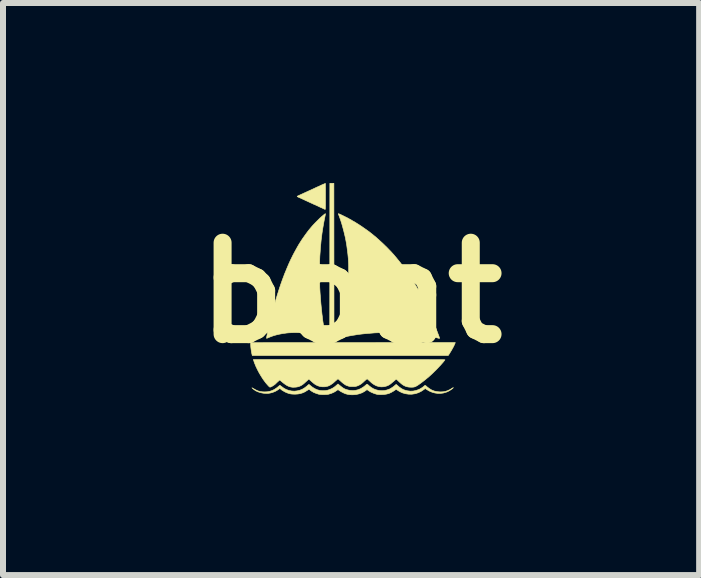
<source format=kicad_pcb>
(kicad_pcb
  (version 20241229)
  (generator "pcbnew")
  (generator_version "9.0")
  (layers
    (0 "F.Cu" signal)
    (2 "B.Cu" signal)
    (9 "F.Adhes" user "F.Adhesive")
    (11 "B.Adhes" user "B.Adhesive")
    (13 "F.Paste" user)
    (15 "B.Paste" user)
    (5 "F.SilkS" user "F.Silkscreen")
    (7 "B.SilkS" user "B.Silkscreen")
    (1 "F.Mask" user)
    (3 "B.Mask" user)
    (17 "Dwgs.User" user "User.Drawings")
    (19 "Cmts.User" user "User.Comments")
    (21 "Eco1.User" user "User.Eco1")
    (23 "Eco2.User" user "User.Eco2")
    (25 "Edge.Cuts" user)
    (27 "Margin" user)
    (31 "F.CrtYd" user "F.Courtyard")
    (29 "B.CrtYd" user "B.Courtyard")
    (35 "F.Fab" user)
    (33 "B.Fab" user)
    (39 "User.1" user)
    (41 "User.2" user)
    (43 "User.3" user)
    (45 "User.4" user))
  (footprint "boat"
    (layer "F.Cu")
    (at 2.801 1.83)
    (property "Reference" "boat" (at 0 0 0) (layer "F.SilkS") (effects (font (size 1.524 1.524) (thickness 0.3))))
    (attr through_hole)
    (fp_poly (pts (xy -0.285 -0.531) (xy -0.284 0.762) (xy -0.355 0.762) (xy -0.354 -0.531) (xy -0.353 -1.825) (xy -0.286 -1.825) (xy -0.285 -0.531)) (stroke (width 0.01) (type solid)) (fill yes) (layer "F.SilkS"))
    (fp_poly (pts (xy 1.735 0.838) (xy 1.73 0.85) (xy 1.722 0.868) (xy 1.712 0.89) (xy 1.699 0.914) (xy 1.685 0.939) (xy 1.671 0.964) (xy 1.656 0.988) (xy 1.643 1.01) (xy 1.642 1.012) (xy 1.619 1.046) (xy -1.646 1.046) (xy -1.65 1.03) (xy -1.655 1.009) (xy -1.66 0.984) (xy -1.664 0.957) (xy -1.668 0.929) (xy -1.671 0.902) (xy -1.672 0.878) (xy -1.673 0.858) (xy -1.673 0.846) (xy -1.672 0.831) (xy 1.737 0.829) (xy 1.735 0.838)) (stroke (width 0.01) (type solid)) (fill yes) (layer "F.SilkS"))
    (fp_poly (pts (xy -0.427 -1.819) (xy -0.427 -1.809) (xy -0.427 -1.792) (xy -0.427 -1.77) (xy -0.426 -1.743) (xy -0.426 -1.712) (xy -0.426 -1.677) (xy -0.426 -1.64) (xy -0.426 -1.606) (xy -0.426 -1.559) (xy -0.426 -1.518) (xy -0.426 -1.484) (xy -0.426 -1.456) (xy -0.427 -1.434) (xy -0.427 -1.417) (xy -0.428 -1.404) (xy -0.429 -1.396) (xy -0.429 -1.391) (xy -0.43 -1.39) (xy -0.43 -1.39) (xy -0.436 -1.391) (xy -0.446 -1.395) (xy -0.452 -1.398) (xy -0.464 -1.404) (xy -0.479 -1.411) (xy -0.495 -1.419) (xy -0.497 -1.419) (xy -0.513 -1.426) (xy -0.532 -1.435) (xy -0.552 -1.445) (xy -0.563 -1.45) (xy -0.579 -1.457) (xy -0.591 -1.463) (xy -0.6 -1.467) (xy -0.603 -1.468) (xy -0.607 -1.469) (xy -0.616 -1.473) (xy -0.628 -1.479) (xy -0.636 -1.483) (xy -0.651 -1.49) (xy -0.672 -1.499) (xy -0.693 -1.509) (xy -0.713 -1.518) (xy -0.734 -1.528) (xy -0.755 -1.537) (xy -0.773 -1.546) (xy -0.788 -1.553) (xy -0.788 -1.553) (xy -0.856 -1.584) (xy -0.879 -1.594) (xy -0.889 -1.6) (xy -0.896 -1.604) (xy -0.898 -1.606) (xy -0.896 -1.609) (xy -0.889 -1.613) (xy -0.88 -1.617) (xy -0.857 -1.628) (xy -0.831 -1.64) (xy -0.804 -1.652) (xy -0.781 -1.663) (xy -0.767 -1.669) (xy -0.75 -1.677) (xy -0.73 -1.686) (xy -0.713 -1.694) (xy -0.686 -1.706) (xy -0.664 -1.716) (xy -0.647 -1.724) (xy -0.632 -1.731) (xy -0.619 -1.737) (xy -0.606 -1.743) (xy -0.594 -1.749) (xy -0.581 -1.755) (xy -0.57 -1.76) (xy -0.563 -1.763) (xy -0.562 -1.763) (xy -0.559 -1.765) (xy -0.55 -1.769) (xy -0.536 -1.775) (xy -0.52 -1.782) (xy -0.517 -1.784) (xy -0.494 -1.795) (xy -0.473 -1.804) (xy -0.454 -1.812) (xy -0.44 -1.818) (xy -0.431 -1.822) (xy -0.428 -1.823) (xy -0.427 -1.819)) (stroke (width 0.01) (type solid)) (fill yes) (layer "F.SilkS"))
    (fp_poly (pts (xy -0.427 -1.318) (xy -0.426 -1.315) (xy -0.427 -1.31) (xy -0.429 -1.3) (xy -0.432 -1.284) (xy -0.435 -1.268) (xy -0.443 -1.229) (xy -0.452 -1.183) (xy -0.461 -1.134) (xy -0.467 -1.098) (xy -0.471 -1.075) (xy -0.474 -1.055) (xy -0.477 -1.036) (xy -0.48 -1.017) (xy -0.483 -0.997) (xy -0.486 -0.975) (xy -0.489 -0.948) (xy -0.493 -0.917) (xy -0.497 -0.887) (xy -0.5 -0.859) (xy -0.503 -0.825) (xy -0.507 -0.785) (xy -0.511 -0.739) (xy -0.514 -0.69) (xy -0.518 -0.638) (xy -0.52 -0.611) (xy -0.521 -0.589) (xy -0.522 -0.56) (xy -0.523 -0.526) (xy -0.523 -0.487) (xy -0.524 -0.445) (xy -0.524 -0.401) (xy -0.524 -0.355) (xy -0.524 -0.309) (xy -0.524 -0.263) (xy -0.524 -0.219) (xy -0.523 -0.177) (xy -0.522 -0.14) (xy -0.522 -0.106) (xy -0.521 -0.079) (xy -0.52 -0.064) (xy -0.516 0.004) (xy -0.511 0.065) (xy -0.507 0.121) (xy -0.503 0.173) (xy -0.498 0.223) (xy -0.493 0.272) (xy -0.488 0.321) (xy -0.484 0.359) (xy -0.481 0.38) (xy -0.478 0.402) (xy -0.476 0.422) (xy -0.474 0.437) (xy -0.474 0.437) (xy -0.472 0.458) (xy -0.468 0.485) (xy -0.463 0.516) (xy -0.458 0.551) (xy -0.453 0.586) (xy -0.448 0.621) (xy -0.442 0.654) (xy -0.437 0.684) (xy -0.435 0.697) (xy -0.431 0.721) (xy -0.428 0.739) (xy -0.427 0.751) (xy -0.427 0.758) (xy -0.429 0.762) (xy -0.432 0.761) (xy -0.437 0.758) (xy -0.439 0.757) (xy -0.451 0.751) (xy -0.468 0.743) (xy -0.491 0.734) (xy -0.516 0.725) (xy -0.543 0.716) (xy -0.571 0.708) (xy -0.597 0.7) (xy -0.622 0.694) (xy -0.635 0.691) (xy -0.679 0.683) (xy -0.718 0.677) (xy -0.754 0.672) (xy -0.788 0.668) (xy -0.824 0.666) (xy -0.862 0.665) (xy -0.905 0.664) (xy -0.923 0.664) (xy -0.958 0.664) (xy -0.988 0.665) (xy -1.013 0.666) (xy -1.036 0.667) (xy -1.057 0.669) (xy -1.078 0.671) (xy -1.083 0.672) (xy -1.141 0.68) (xy -1.193 0.69) (xy -1.241 0.701) (xy -1.285 0.713) (xy -1.328 0.728) (xy -1.371 0.745) (xy -1.374 0.746) (xy -1.389 0.753) (xy -1.399 0.757) (xy -1.405 0.759) (xy -1.408 0.758) (xy -1.408 0.755) (xy -1.408 0.753) (xy -1.407 0.745) (xy -1.405 0.731) (xy -1.401 0.711) (xy -1.396 0.686) (xy -1.389 0.657) (xy -1.382 0.624) (xy -1.374 0.589) (xy -1.366 0.552) (xy -1.357 0.514) (xy -1.348 0.475) (xy -1.338 0.437) (xy -1.329 0.399) (xy -1.321 0.364) (xy -1.312 0.331) (xy -1.305 0.302) (xy -1.301 0.289) (xy -1.295 0.266) (xy -1.288 0.239) (xy -1.28 0.211) (xy -1.272 0.181) (xy -1.264 0.153) (xy -1.256 0.126) (xy -1.249 0.103) (xy -1.244 0.084) (xy -1.24 0.073) (xy -1.228 0.033) (xy -1.217 -0.001) (xy -1.208 -0.031) (xy -1.199 -0.058) (xy -1.191 -0.084) (xy -1.182 -0.109) (xy -1.173 -0.137) (xy -1.162 -0.167) (xy -1.15 -0.201) (xy -1.148 -0.207) (xy -1.142 -0.223) (xy -1.138 -0.234) (xy -1.134 -0.244) (xy -1.13 -0.256) (xy -1.128 -0.26) (xy -1.124 -0.27) (xy -1.119 -0.283) (xy -1.118 -0.288) (xy -1.113 -0.301) (xy -1.109 -0.313) (xy -1.107 -0.316) (xy -1.104 -0.323) (xy -1.099 -0.336) (xy -1.092 -0.352) (xy -1.084 -0.371) (xy -1.081 -0.379) (xy -1.072 -0.401) (xy -1.062 -0.425) (xy -1.052 -0.448) (xy -1.044 -0.467) (xy -1.043 -0.468) (xy -1.036 -0.486) (xy -1.028 -0.502) (xy -1.022 -0.516) (xy -1.019 -0.523) (xy -1.005 -0.553) (xy -0.988 -0.587) (xy -0.969 -0.626) (xy -0.948 -0.666) (xy -0.926 -0.706) (xy -0.904 -0.746) (xy -0.883 -0.783) (xy -0.866 -0.812) (xy -0.838 -0.856) (xy -0.808 -0.902) (xy -0.774 -0.95) (xy -0.74 -0.997) (xy -0.706 -1.042) (xy -0.672 -1.083) (xy -0.643 -1.117) (xy -0.63 -1.131) (xy -0.613 -1.149) (xy -0.594 -1.169) (xy -0.573 -1.19) (xy -0.552 -1.211) (xy -0.533 -1.23) (xy -0.517 -1.246) (xy -0.506 -1.255) (xy -0.49 -1.27) (xy -0.473 -1.284) (xy -0.458 -1.297) (xy -0.445 -1.307) (xy -0.435 -1.315) (xy -0.429 -1.318) (xy -0.428 -1.319) (xy -0.427 -1.318)) (stroke (width 0.01) (type solid)) (fill yes) (layer "F.SilkS"))
    (fp_poly (pts (xy 0.077 1.113) (xy 0.184 1.113) (xy 0.289 1.113) (xy 0.391 1.113) (xy 0.491 1.113) (xy 0.588 1.113) (xy 0.682 1.113) (xy 0.772 1.114) (xy 0.859 1.114) (xy 0.942 1.114) (xy 1.021 1.114) (xy 1.095 1.114) (xy 1.165 1.114) (xy 1.231 1.114) (xy 1.291 1.114) (xy 1.346 1.115) (xy 1.395 1.115) (xy 1.438 1.115) (xy 1.476 1.115) (xy 1.507 1.115) (xy 1.532 1.115) (xy 1.55 1.116) (xy 1.561 1.116) (xy 1.565 1.116) (xy 1.565 1.116) (xy 1.563 1.121) (xy 1.555 1.131) (xy 1.544 1.146) (xy 1.53 1.163) (xy 1.512 1.183) (xy 1.493 1.205) (xy 1.471 1.228) (xy 1.449 1.252) (xy 1.426 1.276) (xy 1.423 1.279) (xy 1.36 1.341) (xy 1.298 1.398) (xy 1.234 1.451) (xy 1.19 1.485) (xy 1.16 1.508) (xy 1.134 1.526) (xy 1.113 1.541) (xy 1.094 1.552) (xy 1.078 1.561) (xy 1.063 1.567) (xy 1.048 1.571) (xy 1.033 1.573) (xy 1.016 1.574) (xy 0.999 1.574) (xy 0.964 1.572) (xy 0.932 1.566) (xy 0.902 1.556) (xy 0.873 1.541) (xy 0.843 1.52) (xy 0.812 1.493) (xy 0.809 1.49) (xy 0.795 1.477) (xy 0.782 1.464) (xy 0.771 1.454) (xy 0.765 1.449) (xy 0.753 1.439) (xy 0.741 1.449) (xy 0.734 1.455) (xy 0.723 1.465) (xy 0.709 1.477) (xy 0.693 1.49) (xy 0.688 1.494) (xy 0.661 1.517) (xy 0.636 1.534) (xy 0.612 1.547) (xy 0.587 1.556) (xy 0.559 1.563) (xy 0.543 1.566) (xy 0.501 1.568) (xy 0.461 1.562) (xy 0.421 1.55) (xy 0.383 1.53) (xy 0.345 1.503) (xy 0.332 1.491) (xy 0.318 1.478) (xy 0.303 1.464) (xy 0.291 1.453) (xy 0.289 1.452) (xy 0.28 1.443) (xy 0.272 1.437) (xy 0.267 1.435) (xy 0.263 1.437) (xy 0.255 1.444) (xy 0.243 1.453) (xy 0.229 1.466) (xy 0.222 1.472) (xy 0.201 1.492) (xy 0.183 1.507) (xy 0.168 1.519) (xy 0.154 1.528) (xy 0.14 1.536) (xy 0.128 1.542) (xy 0.108 1.551) (xy 0.09 1.557) (xy 0.072 1.561) (xy 0.05 1.563) (xy 0.023 1.563) (xy 0.022 1.563) (xy 0.002 1.563) (xy -0.014 1.562) (xy -0.027 1.56) (xy -0.039 1.557) (xy -0.052 1.553) (xy -0.054 1.552) (xy -0.068 1.547) (xy -0.081 1.542) (xy -0.094 1.535) (xy -0.106 1.527) (xy -0.12 1.517) (xy -0.136 1.505) (xy -0.155 1.489) (xy -0.177 1.469) (xy -0.204 1.445) (xy -0.211 1.438) (xy -0.217 1.435) (xy -0.218 1.434) (xy -0.221 1.437) (xy -0.23 1.443) (xy -0.241 1.454) (xy -0.256 1.466) (xy -0.27 1.479) (xy -0.298 1.504) (xy -0.324 1.523) (xy -0.347 1.538) (xy -0.37 1.55) (xy -0.393 1.558) (xy -0.419 1.563) (xy -0.434 1.566) (xy -0.476 1.567) (xy -0.517 1.562) (xy -0.557 1.549) (xy -0.594 1.53) (xy -0.611 1.518) (xy -0.62 1.511) (xy -0.632 1.501) (xy -0.646 1.489) (xy -0.661 1.476) (xy -0.675 1.463) (xy -0.687 1.453) (xy -0.695 1.444) (xy -0.699 1.44) (xy -0.701 1.439) (xy -0.703 1.439) (xy -0.707 1.442) (xy -0.714 1.448) (xy -0.724 1.457) (xy -0.738 1.47) (xy -0.753 1.483) (xy -0.78 1.508) (xy -0.804 1.528) (xy -0.827 1.543) (xy -0.849 1.554) (xy -0.872 1.563) (xy -0.883 1.566) (xy -0.901 1.57) (xy -0.923 1.573) (xy -0.946 1.574) (xy -0.966 1.575) (xy -0.979 1.574) (xy -1.009 1.569) (xy -1.038 1.56) (xy -1.067 1.546) (xy -1.097 1.527) (xy -1.129 1.503) (xy -1.141 1.493) (xy -1.189 1.453) (xy -1.213 1.475) (xy -1.227 1.487) (xy -1.239 1.499) (xy -1.25 1.509) (xy -1.251 1.511) (xy -1.265 1.524) (xy -1.282 1.537) (xy -1.3 1.549) (xy -1.318 1.56) (xy -1.334 1.568) (xy -1.347 1.572) (xy -1.352 1.573) (xy -1.357 1.57) (xy -1.367 1.562) (xy -1.379 1.55) (xy -1.393 1.534) (xy -1.409 1.516) (xy -1.425 1.497) (xy -1.433 1.486) (xy -1.466 1.441) (xy -1.498 1.391) (xy -1.53 1.338) (xy -1.559 1.283) (xy -1.585 1.229) (xy -1.605 1.18) (xy -1.612 1.164) (xy -1.616 1.15) (xy -1.621 1.135) (xy -1.625 1.124) (xy -1.628 1.113) (xy -0.031 1.113) (xy 0.077 1.113)) (stroke (width 0.01) (type solid)) (fill yes) (layer "F.SilkS"))
    (fp_poly (pts (xy -0.203 -1.317) (xy -0.192 -1.312) (xy -0.177 -1.306) (xy -0.159 -1.297) (xy -0.138 -1.287) (xy -0.116 -1.276) (xy -0.094 -1.265) (xy -0.073 -1.255) (xy -0.054 -1.245) (xy -0.039 -1.236) (xy -0.025 -1.229) (xy -0.01 -1.221) (xy -0.001 -1.216) (xy 0.012 -1.208) (xy 0.026 -1.199) (xy 0.029 -1.197) (xy 0.039 -1.192) (xy 0.045 -1.188) (xy 0.047 -1.188) (xy 0.051 -1.186) (xy 0.06 -1.18) (xy 0.074 -1.172) (xy 0.091 -1.161) (xy 0.11 -1.149) (xy 0.131 -1.136) (xy 0.152 -1.122) (xy 0.172 -1.109) (xy 0.191 -1.096) (xy 0.192 -1.095) (xy 0.305 -1.015) (xy 0.413 -0.928) (xy 0.517 -0.834) (xy 0.596 -0.758) (xy 0.62 -0.733) (xy 0.64 -0.712) (xy 0.658 -0.694) (xy 0.673 -0.678) (xy 0.687 -0.662) (xy 0.702 -0.646) (xy 0.718 -0.628) (xy 0.736 -0.606) (xy 0.758 -0.58) (xy 0.762 -0.575) (xy 0.82 -0.504) (xy 0.879 -0.426) (xy 0.938 -0.342) (xy 0.996 -0.255) (xy 1.053 -0.164) (xy 1.108 -0.07) (xy 1.16 0.025) (xy 1.165 0.034) (xy 1.174 0.052) (xy 1.185 0.074) (xy 1.197 0.098) (xy 1.21 0.123) (xy 1.223 0.149) (xy 1.236 0.175) (xy 1.248 0.2) (xy 1.259 0.223) (xy 1.269 0.243) (xy 1.277 0.26) (xy 1.282 0.271) (xy 1.285 0.278) (xy 1.285 0.278) (xy 1.286 0.282) (xy 1.29 0.291) (xy 1.296 0.303) (xy 1.298 0.308) (xy 1.304 0.321) (xy 1.309 0.331) (xy 1.311 0.337) (xy 1.311 0.338) (xy 1.313 0.342) (xy 1.316 0.351) (xy 1.322 0.363) (xy 1.325 0.369) (xy 1.331 0.384) (xy 1.34 0.405) (xy 1.351 0.431) (xy 1.363 0.46) (xy 1.376 0.492) (xy 1.389 0.525) (xy 1.402 0.559) (xy 1.415 0.591) (xy 1.426 0.621) (xy 1.432 0.637) (xy 1.441 0.66) (xy 1.449 0.682) (xy 1.457 0.702) (xy 1.463 0.718) (xy 1.466 0.727) (xy 1.472 0.744) (xy 1.475 0.754) (xy 1.474 0.76) (xy 1.471 0.761) (xy 1.469 0.76) (xy 1.449 0.755) (xy 1.423 0.748) (xy 1.394 0.741) (xy 1.362 0.734) (xy 1.329 0.726) (xy 1.297 0.72) (xy 1.267 0.714) (xy 1.251 0.711) (xy 1.2 0.703) (xy 1.153 0.696) (xy 1.106 0.69) (xy 1.055 0.684) (xy 1.051 0.683) (xy 1.041 0.682) (xy 1.031 0.681) (xy 1.019 0.68) (xy 1.006 0.679) (xy 0.989 0.678) (xy 0.969 0.676) (xy 0.945 0.674) (xy 0.914 0.672) (xy 0.878 0.669) (xy 0.872 0.668) (xy 0.853 0.667) (xy 0.828 0.666) (xy 0.797 0.665) (xy 0.762 0.665) (xy 0.724 0.664) (xy 0.683 0.664) (xy 0.641 0.664) (xy 0.599 0.664) (xy 0.558 0.664) (xy 0.518 0.665) (xy 0.482 0.665) (xy 0.449 0.666) (xy 0.422 0.667) (xy 0.4 0.668) (xy 0.396 0.668) (xy 0.338 0.673) (xy 0.286 0.677) (xy 0.241 0.681) (xy 0.201 0.685) (xy 0.166 0.689) (xy 0.135 0.693) (xy 0.108 0.696) (xy 0.095 0.698) (xy 0.081 0.701) (xy 0.063 0.704) (xy 0.044 0.707) (xy 0.035 0.708) (xy -0.01 0.716) (xy -0.057 0.725) (xy -0.104 0.735) (xy -0.148 0.746) (xy -0.175 0.753) (xy -0.192 0.758) (xy -0.204 0.761) (xy -0.21 0.761) (xy -0.212 0.76) (xy -0.212 0.758) (xy -0.212 0.755) (xy -0.204 0.729) (xy -0.194 0.696) (xy -0.184 0.661) (xy -0.174 0.625) (xy -0.165 0.591) (xy -0.157 0.56) (xy -0.153 0.543) (xy -0.149 0.528) (xy -0.145 0.513) (xy -0.142 0.502) (xy -0.142 0.501) (xy -0.139 0.489) (xy -0.135 0.473) (xy -0.13 0.452) (xy -0.125 0.429) (xy -0.12 0.404) (xy -0.115 0.381) (xy -0.111 0.36) (xy -0.109 0.349) (xy -0.092 0.258) (xy -0.076 0.16) (xy -0.075 0.155) (xy -0.07 0.121) (xy -0.065 0.081) (xy -0.059 0.035) (xy -0.054 -0.014) (xy -0.049 -0.065) (xy -0.046 -0.101) (xy -0.044 -0.131) (xy -0.042 -0.166) (xy -0.041 -0.207) (xy -0.04 -0.251) (xy -0.04 -0.297) (xy -0.039 -0.345) (xy -0.04 -0.392) (xy -0.04 -0.438) (xy -0.041 -0.481) (xy -0.043 -0.52) (xy -0.045 -0.553) (xy -0.046 -0.573) (xy -0.053 -0.646) (xy -0.062 -0.717) (xy -0.071 -0.786) (xy -0.082 -0.851) (xy -0.093 -0.911) (xy -0.103 -0.954) (xy -0.121 -1.028) (xy -0.139 -1.096) (xy -0.157 -1.159) (xy -0.176 -1.218) (xy -0.196 -1.274) (xy -0.211 -1.312) (xy -0.211 -1.317) (xy -0.207 -1.319) (xy -0.203 -1.317)) (stroke (width 0.01) (type solid)) (fill yes) (layer "F.SilkS"))
    (fp_poly (pts (xy -0.19 1.543) (xy -0.159 1.568) (xy -0.131 1.588) (xy -0.104 1.603) (xy -0.075 1.614) (xy -0.043 1.622) (xy -0.016 1.627) (xy 0.031 1.63) (xy 0.076 1.626) (xy 0.121 1.615) (xy 0.164 1.596) (xy 0.207 1.57) (xy 0.241 1.543) (xy 0.253 1.532) (xy 0.261 1.526) (xy 0.268 1.524) (xy 0.274 1.527) (xy 0.283 1.534) (xy 0.296 1.545) (xy 0.297 1.547) (xy 0.334 1.576) (xy 0.374 1.6) (xy 0.417 1.617) (xy 0.462 1.628) (xy 0.508 1.632) (xy 0.553 1.63) (xy 0.599 1.62) (xy 0.643 1.604) (xy 0.653 1.599) (xy 0.673 1.587) (xy 0.696 1.572) (xy 0.72 1.554) (xy 0.734 1.541) (xy 0.743 1.534) (xy 0.75 1.529) (xy 0.752 1.528) (xy 0.756 1.53) (xy 0.764 1.536) (xy 0.773 1.544) (xy 0.806 1.573) (xy 0.839 1.596) (xy 0.872 1.614) (xy 0.908 1.626) (xy 0.941 1.634) (xy 0.988 1.64) (xy 1.035 1.638) (xy 1.081 1.629) (xy 1.127 1.613) (xy 1.141 1.607) (xy 1.155 1.599) (xy 1.172 1.589) (xy 1.189 1.578) (xy 1.204 1.567) (xy 1.217 1.556) (xy 1.225 1.549) (xy 1.229 1.545) (xy 1.235 1.544) (xy 1.242 1.546) (xy 1.252 1.554) (xy 1.265 1.566) (xy 1.266 1.567) (xy 1.305 1.597) (xy 1.345 1.621) (xy 1.388 1.638) (xy 1.435 1.648) (xy 1.485 1.652) (xy 1.492 1.652) (xy 1.536 1.65) (xy 1.575 1.643) (xy 1.613 1.63) (xy 1.651 1.612) (xy 1.688 1.589) (xy 1.698 1.583) (xy 1.704 1.58) (xy 1.705 1.582) (xy 1.701 1.587) (xy 1.681 1.604) (xy 1.655 1.622) (xy 1.627 1.639) (xy 1.597 1.653) (xy 1.583 1.658) (xy 1.538 1.671) (xy 1.492 1.677) (xy 1.444 1.677) (xy 1.396 1.67) (xy 1.35 1.657) (xy 1.305 1.638) (xy 1.264 1.614) (xy 1.261 1.612) (xy 1.237 1.595) (xy 1.213 1.613) (xy 1.168 1.643) (xy 1.123 1.665) (xy 1.075 1.681) (xy 1.025 1.689) (xy 1.009 1.691) (xy 0.957 1.69) (xy 0.906 1.682) (xy 0.857 1.668) (xy 0.81 1.646) (xy 0.779 1.627) (xy 0.766 1.618) (xy 0.758 1.613) (xy 0.752 1.612) (xy 0.747 1.613) (xy 0.745 1.614) (xy 0.738 1.618) (xy 0.727 1.626) (xy 0.714 1.634) (xy 0.709 1.638) (xy 0.671 1.66) (xy 0.634 1.677) (xy 0.594 1.688) (xy 0.552 1.695) (xy 0.506 1.697) (xy 0.483 1.697) (xy 0.465 1.696) (xy 0.45 1.695) (xy 0.437 1.693) (xy 0.422 1.69) (xy 0.413 1.687) (xy 0.382 1.677) (xy 0.351 1.664) (xy 0.321 1.65) (xy 0.296 1.634) (xy 0.288 1.629) (xy 0.275 1.62) (xy 0.268 1.615) (xy 0.263 1.614) (xy 0.261 1.616) (xy 0.261 1.617) (xy 0.257 1.621) (xy 0.248 1.627) (xy 0.236 1.636) (xy 0.222 1.645) (xy 0.208 1.653) (xy 0.194 1.661) (xy 0.185 1.666) (xy 0.135 1.684) (xy 0.084 1.696) (xy 0.031 1.7) (xy -0.009 1.699) (xy -0.036 1.696) (xy -0.063 1.691) (xy -0.086 1.685) (xy -0.1 1.68) (xy -0.117 1.673) (xy -0.137 1.663) (xy -0.157 1.653) (xy -0.176 1.642) (xy -0.191 1.633) (xy -0.197 1.629) (xy -0.217 1.614) (xy -0.244 1.632) (xy -0.273 1.651) (xy -0.301 1.665) (xy -0.33 1.677) (xy -0.363 1.687) (xy -0.375 1.691) (xy -0.394 1.694) (xy -0.419 1.696) (xy -0.446 1.697) (xy -0.474 1.697) (xy -0.5 1.696) (xy -0.523 1.693) (xy -0.538 1.691) (xy -0.584 1.676) (xy -0.624 1.66) (xy -0.659 1.639) (xy -0.682 1.622) (xy -0.691 1.615) (xy -0.699 1.611) (xy -0.701 1.61) (xy -0.706 1.612) (xy -0.715 1.617) (xy -0.727 1.625) (xy -0.731 1.627) (xy -0.769 1.651) (xy -0.807 1.668) (xy -0.845 1.68) (xy -0.885 1.687) (xy -0.93 1.69) (xy -0.939 1.69) (xy -0.97 1.689) (xy -0.996 1.687) (xy -1.019 1.683) (xy -1.044 1.676) (xy -1.069 1.667) (xy -1.085 1.66) (xy -1.104 1.651) (xy -1.123 1.64) (xy -1.142 1.629) (xy -1.157 1.619) (xy -1.165 1.612) (xy -1.176 1.603) (xy -1.184 1.598) (xy -1.189 1.596) (xy -1.193 1.598) (xy -1.196 1.601) (xy -1.214 1.614) (xy -1.236 1.628) (xy -1.261 1.642) (xy -1.287 1.653) (xy -1.311 1.662) (xy -1.315 1.663) (xy -1.338 1.669) (xy -1.357 1.673) (xy -1.374 1.676) (xy -1.393 1.677) (xy -1.416 1.677) (xy -1.462 1.674) (xy -1.508 1.665) (xy -1.551 1.651) (xy -1.59 1.633) (xy -1.624 1.609) (xy -1.639 1.596) (xy -1.647 1.589) (xy -1.651 1.584) (xy -1.651 1.583) (xy -1.645 1.586) (xy -1.635 1.592) (xy -1.618 1.602) (xy -1.617 1.602) (xy -1.581 1.622) (xy -1.546 1.637) (xy -1.51 1.646) (xy -1.472 1.651) (xy -1.44 1.652) (xy -1.395 1.65) (xy -1.353 1.642) (xy -1.314 1.629) (xy -1.276 1.61) (xy -1.239 1.585) (xy -1.212 1.563) (xy -1.201 1.553) (xy -1.192 1.546) (xy -1.186 1.543) (xy -1.186 1.543) (xy -1.181 1.545) (xy -1.173 1.551) (xy -1.163 1.56) (xy -1.16 1.561) (xy -1.121 1.59) (xy -1.079 1.613) (xy -1.035 1.628) (xy -0.99 1.637) (xy -0.945 1.64) (xy -0.899 1.635) (xy -0.855 1.625) (xy -0.811 1.607) (xy -0.771 1.583) (xy -0.733 1.553) (xy -0.729 1.549) (xy -0.718 1.539) (xy -0.709 1.532) (xy -0.704 1.528) (xy -0.703 1.528) (xy -0.698 1.53) (xy -0.69 1.536) (xy -0.681 1.544) (xy -0.642 1.575) (xy -0.602 1.599) (xy -0.562 1.617) (xy -0.519 1.628) (xy -0.475 1.632) (xy -0.463 1.632) (xy -0.426 1.63) (xy -0.391 1.624) (xy -0.357 1.613) (xy -0.323 1.598) (xy -0.306 1.589) (xy -0.291 1.58) (xy -0.275 1.569) (xy -0.258 1.555) (xy -0.238 1.538) (xy -0.217 1.52) (xy -0.19 1.543)) (stroke (width 0.01) (type solid)) (fill yes) (layer "F.SilkS")))
  (gr_rect
    (start -3 -3)
    (end 8.603 6.535)
    (stroke (width 0.1) (type default))
    (fill no)
    (layer "Edge.Cuts")))
</source>
